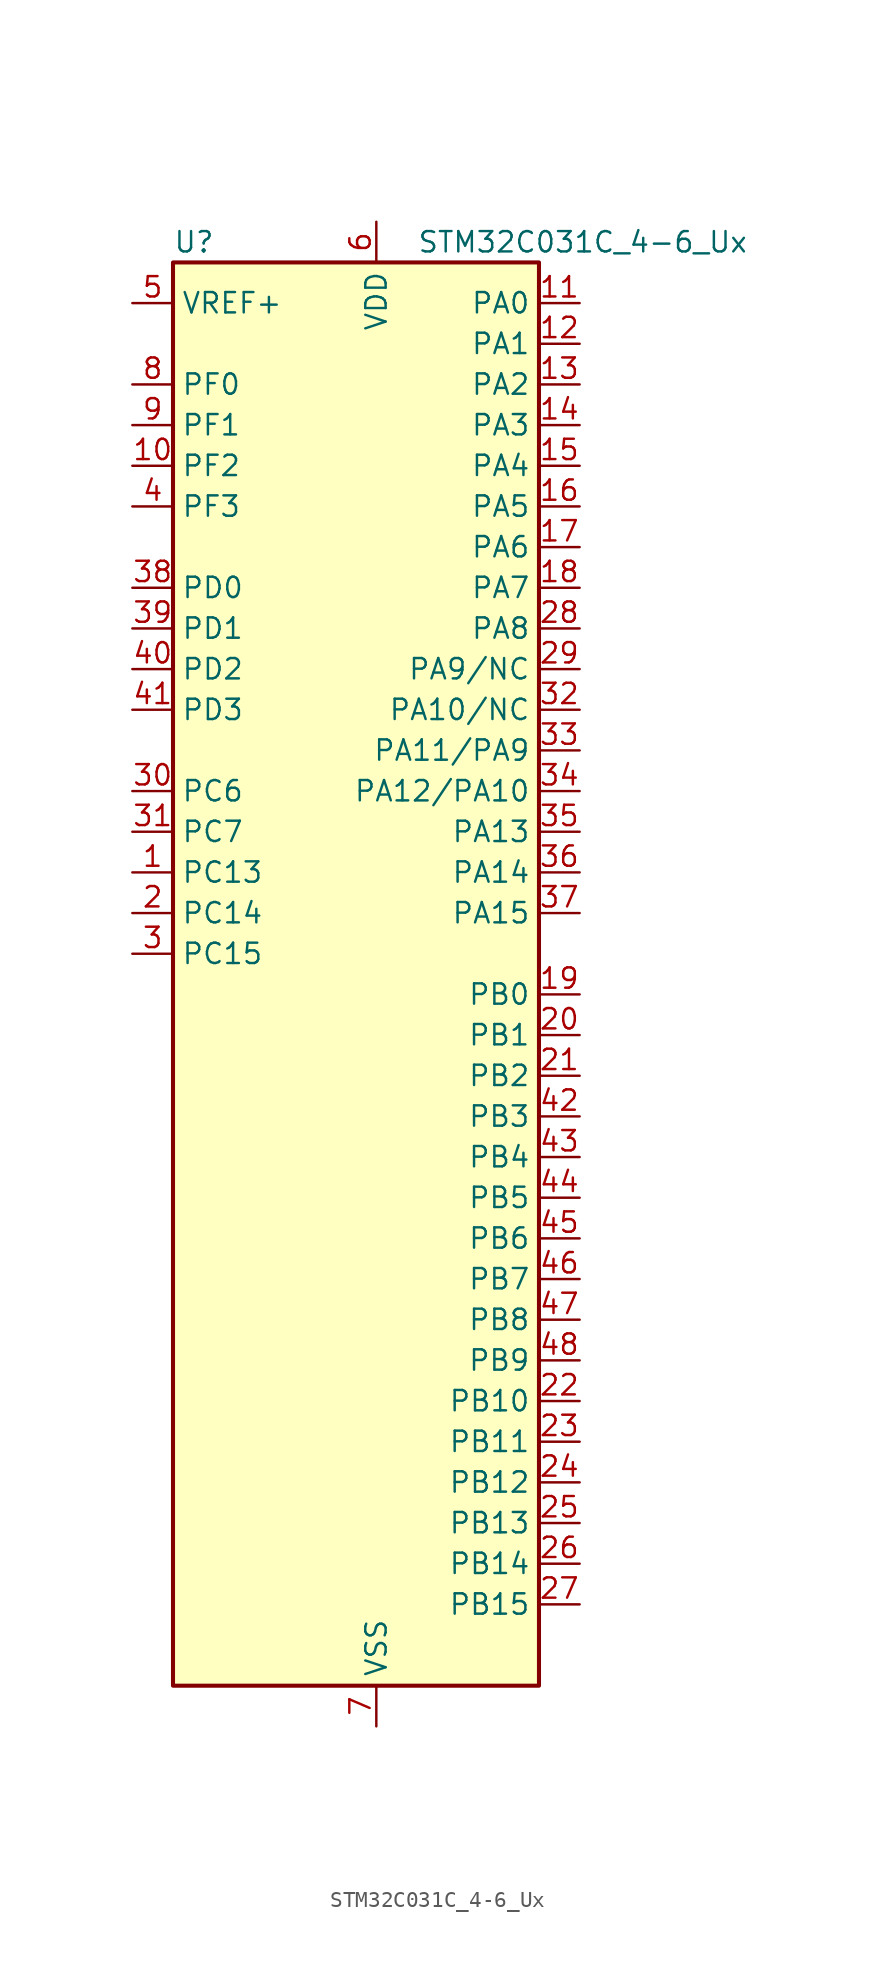
<source format=kicad_sym>
(kicad_symbol_lib
  (version 20220914)
  (generator kicad_symbol_editor)
  (symbol "STM32C031C_4-6_Ux"
    (property "Reference" "U"
      (at -10.16 46.99 0)
      (effects (font (size 1.27 1.27)) (justify left)))
    (property "Value" "STM32C031C_4-6_Ux"
      (at 5.08 46.99 0)
      (effects (font (size 1.27 1.27)) (justify left)))
    (property "ki_locked" ""
      (at 0 0 0)
      (effects (font (size 1.27 1.27))))
    (symbol "STM32C031C_4-6_Ux_0_1"
      (rectangle (start -10.16 -43.18) (end 12.7 45.72) (stroke (width 0.254) (type default)) (fill (type background))))
    (symbol "STM32C031C_4-6_Ux_1_1"
      (pin bidirectional line (at -12.7 7.62 0) (length 2.54) (name "PC13" (effects (font (size 1.27 1.27)))) (number "1" (effects (font (size 1.27 1.27)))) (alternate "PWR_WKUP2" bidirectional line) (alternate "RTC_OUT1" bidirectional line) (alternate "RTC_TS" bidirectional line) (alternate "TIM1_BKIN" bidirectional line) (alternate "TIM1_ETR" bidirectional line))
      (pin bidirectional line (at -12.7 33.02 0) (length 2.54) (name "PF2" (effects (font (size 1.27 1.27)))) (number "10" (effects (font (size 1.27 1.27)))) (alternate "RCC_MCO" bidirectional line) (alternate "TIM1_CH4" bidirectional line))
      (pin bidirectional line (at 15.24 43.18 180) (length 2.54) (name "PA0" (effects (font (size 1.27 1.27)))) (number "11" (effects (font (size 1.27 1.27)))) (alternate "ADC1_IN0" bidirectional line) (alternate "PWR_WKUP1" bidirectional line) (alternate "TIM16_CH1" bidirectional line) (alternate "TIM1_CH1" bidirectional line) (alternate "USART1_TX" bidirectional line) (alternate "USART2_CTS" bidirectional line) (alternate "USART2_NSS" bidirectional line))
      (pin bidirectional line (at 15.24 40.64 180) (length 2.54) (name "PA1" (effects (font (size 1.27 1.27)))) (number "12" (effects (font (size 1.27 1.27)))) (alternate "ADC1_IN1" bidirectional line) (alternate "I2C1_SMBA" bidirectional line) (alternate "I2S1_CK" bidirectional line) (alternate "SPI1_SCK" bidirectional line) (alternate "TIM17_CH1" bidirectional line) (alternate "TIM1_CH2" bidirectional line) (alternate "USART1_RX" bidirectional line) (alternate "USART2_CK" bidirectional line) (alternate "USART2_DE" bidirectional line) (alternate "USART2_RTS" bidirectional line))
      (pin bidirectional line (at 15.24 38.1 180) (length 2.54) (name "PA2" (effects (font (size 1.27 1.27)))) (number "13" (effects (font (size 1.27 1.27)))) (alternate "ADC1_IN2" bidirectional line) (alternate "I2S1_SD" bidirectional line) (alternate "PWR_WKUP4" bidirectional line) (alternate "RCC_LSCO" bidirectional line) (alternate "SPI1_MOSI" bidirectional line) (alternate "TIM16_CH1N" bidirectional line) (alternate "TIM1_CH3" bidirectional line) (alternate "TIM3_ETR" bidirectional line) (alternate "USART2_TX" bidirectional line))
      (pin bidirectional line (at 15.24 35.56 180) (length 2.54) (name "PA3" (effects (font (size 1.27 1.27)))) (number "14" (effects (font (size 1.27 1.27)))) (alternate "ADC1_IN3" bidirectional line) (alternate "TIM1_CH1N" bidirectional line) (alternate "TIM1_CH4" bidirectional line) (alternate "USART2_RX" bidirectional line))
      (pin bidirectional line (at 15.24 33.02 180) (length 2.54) (name "PA4" (effects (font (size 1.27 1.27)))) (number "15" (effects (font (size 1.27 1.27)))) (alternate "ADC1_IN4" bidirectional line) (alternate "I2S1_WS" bidirectional line) (alternate "RTC_OUT2" bidirectional line) (alternate "SPI1_NSS" bidirectional line) (alternate "TIM14_CH1" bidirectional line) (alternate "TIM17_CH1N" bidirectional line) (alternate "TIM1_CH2N" bidirectional line) (alternate "USART2_TX" bidirectional line))
      (pin bidirectional line (at 15.24 30.48 180) (length 2.54) (name "PA5" (effects (font (size 1.27 1.27)))) (number "16" (effects (font (size 1.27 1.27)))) (alternate "ADC1_IN5" bidirectional line) (alternate "I2S1_CK" bidirectional line) (alternate "SPI1_SCK" bidirectional line) (alternate "TIM1_CH1" bidirectional line) (alternate "TIM1_CH3N" bidirectional line) (alternate "USART2_RX" bidirectional line))
      (pin bidirectional line (at 15.24 27.94 180) (length 2.54) (name "PA6" (effects (font (size 1.27 1.27)))) (number "17" (effects (font (size 1.27 1.27)))) (alternate "ADC1_IN6" bidirectional line) (alternate "I2S1_MCK" bidirectional line) (alternate "SPI1_MISO" bidirectional line) (alternate "TIM16_CH1" bidirectional line) (alternate "TIM1_BKIN" bidirectional line) (alternate "TIM3_CH1" bidirectional line))
      (pin bidirectional line (at 15.24 25.4 180) (length 2.54) (name "PA7" (effects (font (size 1.27 1.27)))) (number "18" (effects (font (size 1.27 1.27)))) (alternate "ADC1_IN7" bidirectional line) (alternate "I2S1_SD" bidirectional line) (alternate "SPI1_MOSI" bidirectional line) (alternate "TIM14_CH1" bidirectional line) (alternate "TIM17_CH1" bidirectional line) (alternate "TIM1_CH1N" bidirectional line) (alternate "TIM3_CH2" bidirectional line))
      (pin bidirectional line (at 15.24 0 180) (length 2.54) (name "PB0" (effects (font (size 1.27 1.27)))) (number "19" (effects (font (size 1.27 1.27)))) (alternate "ADC1_IN17" bidirectional line) (alternate "I2S1_WS" bidirectional line) (alternate "SPI1_NSS" bidirectional line) (alternate "TIM1_CH2N" bidirectional line) (alternate "TIM3_CH3" bidirectional line))
      (pin bidirectional line (at -12.7 5.08 0) (length 2.54) (name "PC14" (effects (font (size 1.27 1.27)))) (number "2" (effects (font (size 1.27 1.27)))) (alternate "I2C1_SDA" bidirectional line) (alternate "IR_OUT" bidirectional line) (alternate "RCC_OSCX_IN" bidirectional line) (alternate "TIM17_CH1" bidirectional line) (alternate "TIM1_BKIN2" bidirectional line) (alternate "TIM1_ETR" bidirectional line) (alternate "TIM3_CH2" bidirectional line) (alternate "USART1_TX" bidirectional line) (alternate "USART2_CK" bidirectional line) (alternate "USART2_DE" bidirectional line) (alternate "USART2_RTS" bidirectional line))
      (pin bidirectional line (at 15.24 -2.54 180) (length 2.54) (name "PB1" (effects (font (size 1.27 1.27)))) (number "20" (effects (font (size 1.27 1.27)))) (alternate "ADC1_IN18" bidirectional line) (alternate "TIM14_CH1" bidirectional line) (alternate "TIM1_CH2N" bidirectional line) (alternate "TIM1_CH3N" bidirectional line) (alternate "TIM3_CH4" bidirectional line))
      (pin bidirectional line (at 15.24 -5.08 180) (length 2.54) (name "PB2" (effects (font (size 1.27 1.27)))) (number "21" (effects (font (size 1.27 1.27)))) (alternate "ADC1_IN19" bidirectional line) (alternate "RCC_MCO_2" bidirectional line) (alternate "USART1_RX" bidirectional line))
      (pin bidirectional line (at 15.24 -25.4 180) (length 2.54) (name "PB10" (effects (font (size 1.27 1.27)))) (number "22" (effects (font (size 1.27 1.27)))) (alternate "ADC1_IN20" bidirectional line))
      (pin bidirectional line (at 15.24 -27.94 180) (length 2.54) (name "PB11" (effects (font (size 1.27 1.27)))) (number "23" (effects (font (size 1.27 1.27)))) (alternate "ADC1_EXTI11" bidirectional line) (alternate "ADC1_IN21" bidirectional line))
      (pin bidirectional line (at 15.24 -30.48 180) (length 2.54) (name "PB12" (effects (font (size 1.27 1.27)))) (number "24" (effects (font (size 1.27 1.27)))) (alternate "ADC1_IN22" bidirectional line) (alternate "TIM1_BKIN" bidirectional line) (alternate "TIM1_BKIN2" bidirectional line))
      (pin bidirectional line (at 15.24 -33.02 180) (length 2.54) (name "PB13" (effects (font (size 1.27 1.27)))) (number "25" (effects (font (size 1.27 1.27)))) (alternate "TIM1_CH1N" bidirectional line))
      (pin bidirectional line (at 15.24 -35.56 180) (length 2.54) (name "PB14" (effects (font (size 1.27 1.27)))) (number "26" (effects (font (size 1.27 1.27)))) (alternate "TIM1_CH2N" bidirectional line))
      (pin bidirectional line (at 15.24 -38.1 180) (length 2.54) (name "PB15" (effects (font (size 1.27 1.27)))) (number "27" (effects (font (size 1.27 1.27)))) (alternate "RTC_REFIN" bidirectional line) (alternate "TIM1_CH3N" bidirectional line))
      (pin bidirectional line (at 15.24 22.86 180) (length 2.54) (name "PA8" (effects (font (size 1.27 1.27)))) (number "28" (effects (font (size 1.27 1.27)))) (alternate "ADC1_IN8" bidirectional line) (alternate "I2S1_WS" bidirectional line) (alternate "RCC_MCO" bidirectional line) (alternate "RCC_MCO_2" bidirectional line) (alternate "SPI1_NSS" bidirectional line) (alternate "TIM14_CH1" bidirectional line) (alternate "TIM1_CH1" bidirectional line) (alternate "TIM1_CH2N" bidirectional line) (alternate "TIM1_CH3N" bidirectional line) (alternate "TIM3_CH3" bidirectional line) (alternate "TIM3_CH4" bidirectional line) (alternate "USART1_RX" bidirectional line) (alternate "USART2_TX" bidirectional line))
      (pin bidirectional line (at 15.24 20.32 180) (length 2.54) (name "PA9/NC" (effects (font (size 1.27 1.27)))) (number "29" (effects (font (size 1.27 1.27)))) (alternate "I2C1_SCL" bidirectional line) (alternate "RCC_MCO" bidirectional line) (alternate "TIM1_CH2" bidirectional line) (alternate "TIM3_ETR" bidirectional line) (alternate "USART1_TX" bidirectional line))
      (pin bidirectional line (at -12.7 2.54 0) (length 2.54) (name "PC15" (effects (font (size 1.27 1.27)))) (number "3" (effects (font (size 1.27 1.27)))) (alternate "RCC_OSC32_EN" bidirectional line) (alternate "RCC_OSCX_OUT" bidirectional line) (alternate "RCC_OSC_EN" bidirectional line) (alternate "TIM1_ETR" bidirectional line) (alternate "TIM3_CH3" bidirectional line))
      (pin bidirectional line (at -12.7 12.7 0) (length 2.54) (name "PC6" (effects (font (size 1.27 1.27)))) (number "30" (effects (font (size 1.27 1.27)))) (alternate "TIM3_CH1" bidirectional line))
      (pin bidirectional line (at -12.7 10.16 0) (length 2.54) (name "PC7" (effects (font (size 1.27 1.27)))) (number "31" (effects (font (size 1.27 1.27)))) (alternate "TIM3_CH2" bidirectional line))
      (pin bidirectional line (at 15.24 17.78 180) (length 2.54) (name "PA10/NC" (effects (font (size 1.27 1.27)))) (number "32" (effects (font (size 1.27 1.27)))) (alternate "I2C1_SDA" bidirectional line) (alternate "RCC_MCO_2" bidirectional line) (alternate "TIM17_BKIN" bidirectional line) (alternate "TIM1_CH3" bidirectional line) (alternate "USART1_RX" bidirectional line))
      (pin bidirectional line (at 15.24 15.24 180) (length 2.54) (name "PA11/PA9" (effects (font (size 1.27 1.27)))) (number "33" (effects (font (size 1.27 1.27)))) (alternate "ADC1_EXTI11" bidirectional line) (alternate "ADC1_IN11" bidirectional line) (alternate "I2S1_MCK" bidirectional line) (alternate "SPI1_MISO" bidirectional line) (alternate "TIM1_BKIN2" bidirectional line) (alternate "TIM1_CH4" bidirectional line) (alternate "USART1_CTS" bidirectional line) (alternate "USART1_NSS" bidirectional line))
      (pin bidirectional line (at 15.24 12.7 180) (length 2.54) (name "PA12/PA10" (effects (font (size 1.27 1.27)))) (number "34" (effects (font (size 1.27 1.27)))) (alternate "ADC1_IN12" bidirectional line) (alternate "I2S1_SD" bidirectional line) (alternate "I2S_CKIN" bidirectional line) (alternate "SPI1_MOSI" bidirectional line) (alternate "TIM1_ETR" bidirectional line) (alternate "USART1_CK" bidirectional line) (alternate "USART1_DE" bidirectional line) (alternate "USART1_RTS" bidirectional line))
      (pin bidirectional line (at 15.24 10.16 180) (length 2.54) (name "PA13" (effects (font (size 1.27 1.27)))) (number "35" (effects (font (size 1.27 1.27)))) (alternate "ADC1_IN13" bidirectional line) (alternate "DEBUG_SWDIO" bidirectional line) (alternate "IR_OUT" bidirectional line) (alternate "TIM3_ETR" bidirectional line) (alternate "USART2_RX" bidirectional line))
      (pin bidirectional line (at 15.24 7.62 180) (length 2.54) (name "PA14" (effects (font (size 1.27 1.27)))) (number "36" (effects (font (size 1.27 1.27)))) (alternate "ADC1_IN14" bidirectional line) (alternate "DEBUG_SWCLK" bidirectional line) (alternate "I2S1_WS" bidirectional line) (alternate "RCC_MCO_2" bidirectional line) (alternate "SPI1_NSS" bidirectional line) (alternate "TIM1_CH1" bidirectional line) (alternate "USART1_CK" bidirectional line) (alternate "USART1_DE" bidirectional line) (alternate "USART1_RTS" bidirectional line) (alternate "USART2_RX" bidirectional line) (alternate "USART2_TX" bidirectional line))
      (pin bidirectional line (at 15.24 5.08 180) (length 2.54) (name "PA15" (effects (font (size 1.27 1.27)))) (number "37" (effects (font (size 1.27 1.27)))) (alternate "I2S1_WS" bidirectional line) (alternate "RCC_MCO_2" bidirectional line) (alternate "SPI1_NSS" bidirectional line) (alternate "TIM1_CH1" bidirectional line) (alternate "USART1_CK" bidirectional line) (alternate "USART1_DE" bidirectional line) (alternate "USART1_RTS" bidirectional line) (alternate "USART2_RX" bidirectional line))
      (pin bidirectional line (at -12.7 25.4 0) (length 2.54) (name "PD0" (effects (font (size 1.27 1.27)))) (number "38" (effects (font (size 1.27 1.27)))) (alternate "TIM16_CH1" bidirectional line))
      (pin bidirectional line (at -12.7 22.86 0) (length 2.54) (name "PD1" (effects (font (size 1.27 1.27)))) (number "39" (effects (font (size 1.27 1.27)))) (alternate "TIM17_CH1" bidirectional line))
      (pin bidirectional line (at -12.7 30.48 0) (length 2.54) (name "PF3" (effects (font (size 1.27 1.27)))) (number "4" (effects (font (size 1.27 1.27)))))
      (pin bidirectional line (at -12.7 20.32 0) (length 2.54) (name "PD2" (effects (font (size 1.27 1.27)))) (number "40" (effects (font (size 1.27 1.27)))) (alternate "TIM1_CH1N" bidirectional line) (alternate "TIM3_ETR" bidirectional line))
      (pin bidirectional line (at -12.7 17.78 0) (length 2.54) (name "PD3" (effects (font (size 1.27 1.27)))) (number "41" (effects (font (size 1.27 1.27)))) (alternate "TIM1_CH2N" bidirectional line) (alternate "USART2_CTS" bidirectional line) (alternate "USART2_NSS" bidirectional line))
      (pin bidirectional line (at 15.24 -7.62 180) (length 2.54) (name "PB3" (effects (font (size 1.27 1.27)))) (number "42" (effects (font (size 1.27 1.27)))) (alternate "I2S1_CK" bidirectional line) (alternate "SPI1_SCK" bidirectional line) (alternate "TIM1_CH2" bidirectional line) (alternate "TIM3_CH2" bidirectional line) (alternate "USART1_CK" bidirectional line) (alternate "USART1_DE" bidirectional line) (alternate "USART1_RTS" bidirectional line))
      (pin bidirectional line (at 15.24 -10.16 180) (length 2.54) (name "PB4" (effects (font (size 1.27 1.27)))) (number "43" (effects (font (size 1.27 1.27)))) (alternate "I2S1_MCK" bidirectional line) (alternate "SPI1_MISO" bidirectional line) (alternate "TIM17_BKIN" bidirectional line) (alternate "TIM3_CH1" bidirectional line) (alternate "USART1_CTS" bidirectional line) (alternate "USART1_NSS" bidirectional line))
      (pin bidirectional line (at 15.24 -12.7 180) (length 2.54) (name "PB5" (effects (font (size 1.27 1.27)))) (number "44" (effects (font (size 1.27 1.27)))) (alternate "I2C1_SMBA" bidirectional line) (alternate "I2S1_SD" bidirectional line) (alternate "PWR_WKUP6" bidirectional line) (alternate "SPI1_MOSI" bidirectional line) (alternate "TIM16_BKIN" bidirectional line) (alternate "TIM3_CH2" bidirectional line) (alternate "TIM3_CH3" bidirectional line))
      (pin bidirectional line (at 15.24 -15.24 180) (length 2.54) (name "PB6" (effects (font (size 1.27 1.27)))) (number "45" (effects (font (size 1.27 1.27)))) (alternate "I2C1_SCL" bidirectional line) (alternate "I2C1_SMBA" bidirectional line) (alternate "I2S1_CK" bidirectional line) (alternate "I2S1_MCK" bidirectional line) (alternate "I2S1_SD" bidirectional line) (alternate "PWR_WKUP3" bidirectional line) (alternate "SPI1_MISO" bidirectional line) (alternate "SPI1_MOSI" bidirectional line) (alternate "SPI1_SCK" bidirectional line) (alternate "TIM16_BKIN" bidirectional line) (alternate "TIM16_CH1N" bidirectional line) (alternate "TIM17_BKIN" bidirectional line) (alternate "TIM1_CH2" bidirectional line) (alternate "TIM1_CH3" bidirectional line) (alternate "TIM3_CH1" bidirectional line) (alternate "TIM3_CH2" bidirectional line) (alternate "TIM3_CH3" bidirectional line) (alternate "USART1_CK" bidirectional line) (alternate "USART1_CTS" bidirectional line) (alternate "USART1_DE" bidirectional line) (alternate "USART1_NSS" bidirectional line) (alternate "USART1_RTS" bidirectional line) (alternate "USART1_TX" bidirectional line))
      (pin bidirectional line (at 15.24 -17.78 180) (length 2.54) (name "PB7" (effects (font (size 1.27 1.27)))) (number "46" (effects (font (size 1.27 1.27)))) (alternate "I2C1_SCL" bidirectional line) (alternate "I2C1_SDA" bidirectional line) (alternate "TIM16_CH1" bidirectional line) (alternate "TIM17_CH1N" bidirectional line) (alternate "TIM1_CH4" bidirectional line) (alternate "TIM3_CH1" bidirectional line) (alternate "TIM3_CH4" bidirectional line) (alternate "USART1_RX" bidirectional line) (alternate "USART2_CTS" bidirectional line) (alternate "USART2_NSS" bidirectional line))
      (pin bidirectional line (at 15.24 -20.32 180) (length 2.54) (name "PB8" (effects (font (size 1.27 1.27)))) (number "47" (effects (font (size 1.27 1.27)))) (alternate "I2C1_SCL" bidirectional line) (alternate "TIM16_CH1" bidirectional line) (alternate "TIM3_CH1" bidirectional line) (alternate "USART2_CTS" bidirectional line) (alternate "USART2_NSS" bidirectional line))
      (pin bidirectional line (at 15.24 -22.86 180) (length 2.54) (name "PB9" (effects (font (size 1.27 1.27)))) (number "48" (effects (font (size 1.27 1.27)))) (alternate "I2C1_SDA" bidirectional line) (alternate "IR_OUT" bidirectional line) (alternate "TIM17_CH1" bidirectional line) (alternate "TIM3_CH2" bidirectional line) (alternate "USART2_CK" bidirectional line) (alternate "USART2_DE" bidirectional line) (alternate "USART2_RTS" bidirectional line))
      (pin passive line (at 2.54 -45.72 90) (length 2.54) hide (name "VSS" (effects (font (size 1.27 1.27)))) (number "49" (effects (font (size 1.27 1.27)))))
      (pin input line (at -12.7 43.18 0) (length 2.54) (name "VREF+" (effects (font (size 1.27 1.27)))) (number "5" (effects (font (size 1.27 1.27)))))
      (pin power_in line (at 2.54 48.26 270) (length 2.54) (name "VDD" (effects (font (size 1.27 1.27)))) (number "6" (effects (font (size 1.27 1.27)))))
      (pin power_in line (at 2.54 -45.72 90) (length 2.54) (name "VSS" (effects (font (size 1.27 1.27)))) (number "7" (effects (font (size 1.27 1.27)))))
      (pin bidirectional line (at -12.7 38.1 0) (length 2.54) (name "PF0" (effects (font (size 1.27 1.27)))) (number "8" (effects (font (size 1.27 1.27)))) (alternate "RCC_OSC_IN" bidirectional line) (alternate "TIM14_CH1" bidirectional line))
      (pin bidirectional line (at -12.7 35.56 0) (length 2.54) (name "PF1" (effects (font (size 1.27 1.27)))) (number "9" (effects (font (size 1.27 1.27)))) (alternate "RCC_OSC_EN" bidirectional line) (alternate "RCC_OSC_OUT" bidirectional line)))))
</source>
